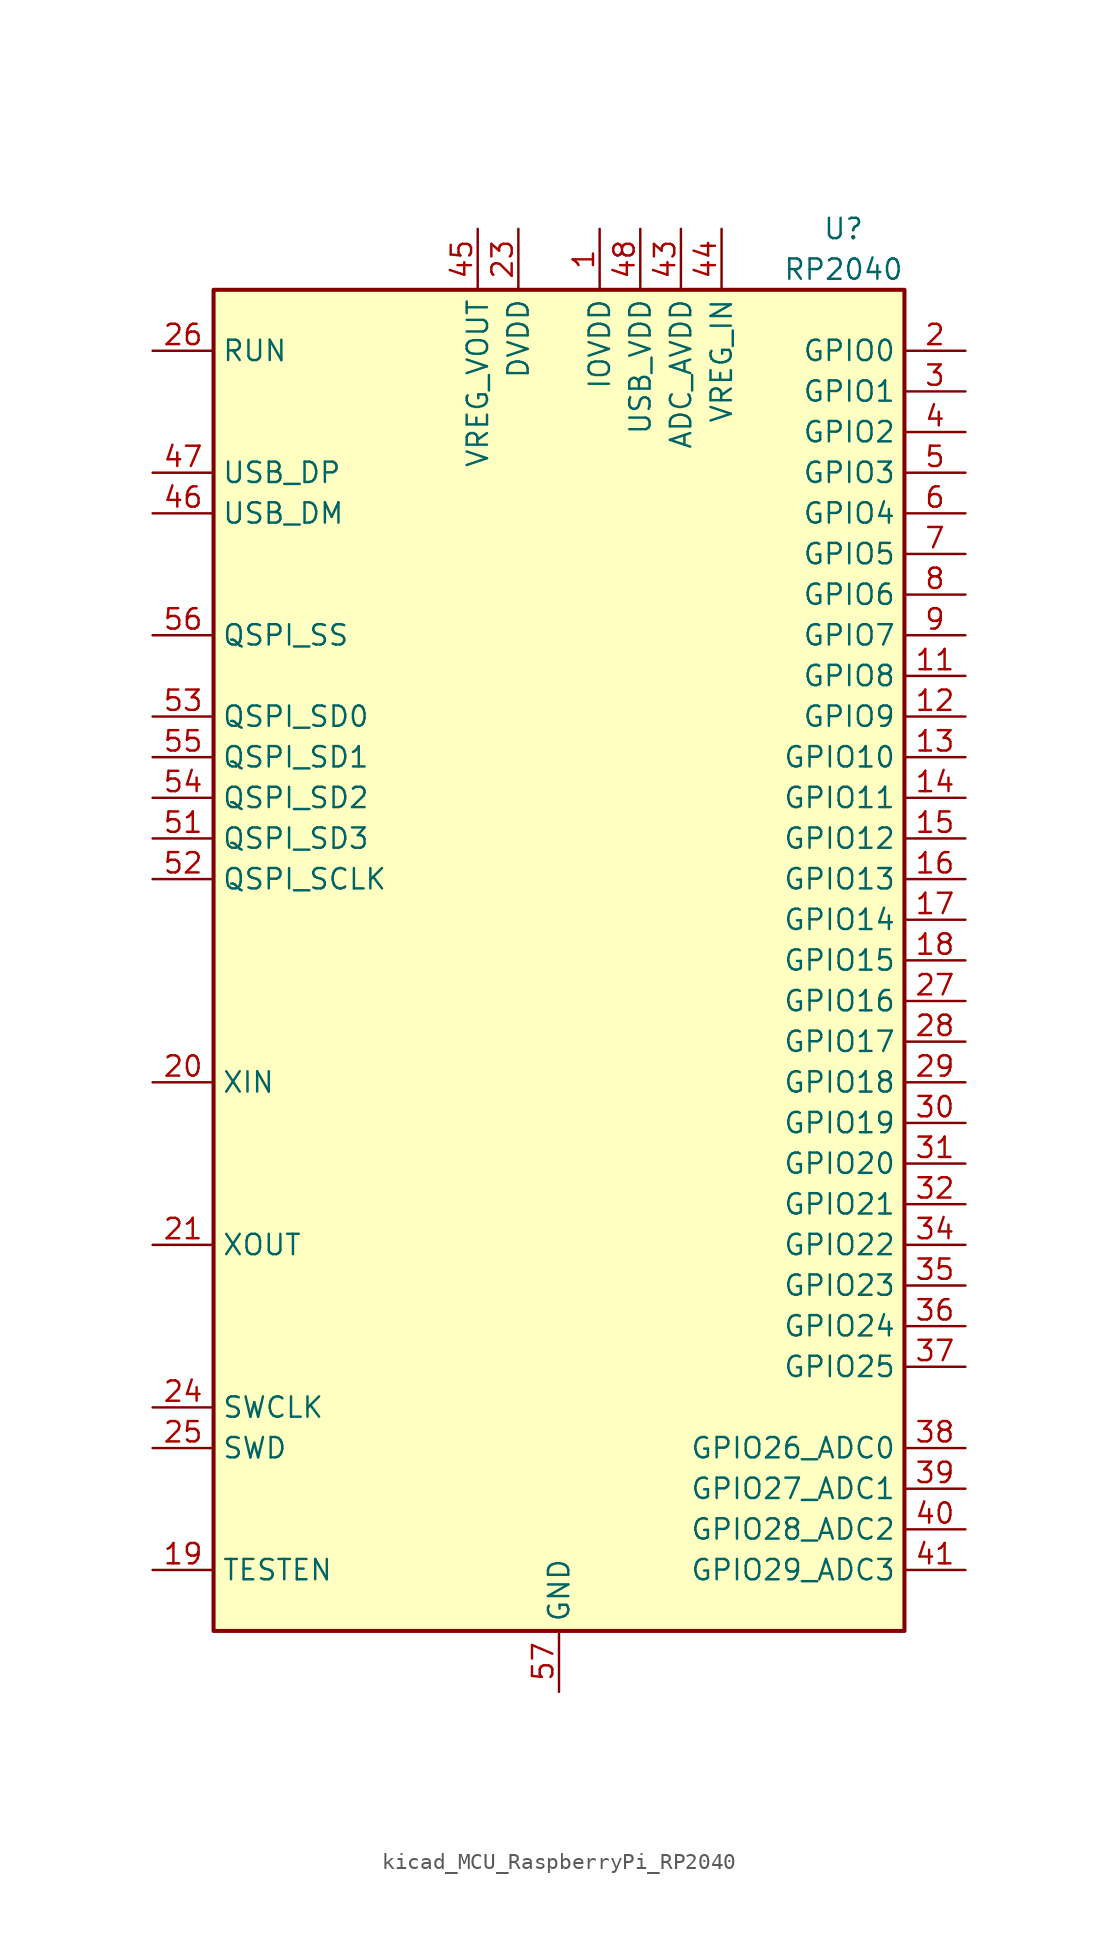
<source format=kicad_sym>
(kicad_symbol_lib
  (version 20220914)
  (generator kicad_symbol_editor)
  (symbol "kicad_MCU_RaspberryPi_RP2040"
    (property "Reference" "U"
      (at 17.78 45.72 0)
      (effects (font (size 1.27 1.27))))
    (property "Value" "RP2040"
      (at 17.78 43.18 0)
      (effects (font (size 1.27 1.27))))
    (symbol "kicad_MCU_RaspberryPi_RP2040_0_1"
      (rectangle (start -21.59 41.91) (end 21.59 -41.91) (stroke (width 0.254) (type default)) (fill (type background))))
    (symbol "kicad_MCU_RaspberryPi_RP2040_1_1"
      (pin power_in line (at 2.54 45.72 270) (length 3.81) (name "IOVDD" (effects (font (size 1.27 1.27)))) (number "1" (effects (font (size 1.27 1.27)))))
      (pin passive line (at 2.54 45.72 270) (length 3.81) hide (name "IOVDD" (effects (font (size 1.27 1.27)))) (number "10" (effects (font (size 1.27 1.27)))))
      (pin bidirectional line (at 25.4 17.78 180) (length 3.81) (name "GPIO8" (effects (font (size 1.27 1.27)))) (number "11" (effects (font (size 1.27 1.27)))))
      (pin bidirectional line (at 25.4 15.24 180) (length 3.81) (name "GPIO9" (effects (font (size 1.27 1.27)))) (number "12" (effects (font (size 1.27 1.27)))))
      (pin bidirectional line (at 25.4 12.7 180) (length 3.81) (name "GPIO10" (effects (font (size 1.27 1.27)))) (number "13" (effects (font (size 1.27 1.27)))))
      (pin bidirectional line (at 25.4 10.16 180) (length 3.81) (name "GPIO11" (effects (font (size 1.27 1.27)))) (number "14" (effects (font (size 1.27 1.27)))))
      (pin bidirectional line (at 25.4 7.62 180) (length 3.81) (name "GPIO12" (effects (font (size 1.27 1.27)))) (number "15" (effects (font (size 1.27 1.27)))))
      (pin bidirectional line (at 25.4 5.08 180) (length 3.81) (name "GPIO13" (effects (font (size 1.27 1.27)))) (number "16" (effects (font (size 1.27 1.27)))))
      (pin bidirectional line (at 25.4 2.54 180) (length 3.81) (name "GPIO14" (effects (font (size 1.27 1.27)))) (number "17" (effects (font (size 1.27 1.27)))))
      (pin bidirectional line (at 25.4 0 180) (length 3.81) (name "GPIO15" (effects (font (size 1.27 1.27)))) (number "18" (effects (font (size 1.27 1.27)))))
      (pin input line (at -25.4 -38.1 0) (length 3.81) (name "TESTEN" (effects (font (size 1.27 1.27)))) (number "19" (effects (font (size 1.27 1.27)))))
      (pin bidirectional line (at 25.4 38.1 180) (length 3.81) (name "GPIO0" (effects (font (size 1.27 1.27)))) (number "2" (effects (font (size 1.27 1.27)))))
      (pin input line (at -25.4 -7.62 0) (length 3.81) (name "XIN" (effects (font (size 1.27 1.27)))) (number "20" (effects (font (size 1.27 1.27)))))
      (pin passive line (at -25.4 -17.78 0) (length 3.81) (name "XOUT" (effects (font (size 1.27 1.27)))) (number "21" (effects (font (size 1.27 1.27)))))
      (pin passive line (at 2.54 45.72 270) (length 3.81) hide (name "IOVDD" (effects (font (size 1.27 1.27)))) (number "22" (effects (font (size 1.27 1.27)))))
      (pin power_in line (at -2.54 45.72 270) (length 3.81) (name "DVDD" (effects (font (size 1.27 1.27)))) (number "23" (effects (font (size 1.27 1.27)))))
      (pin input line (at -25.4 -27.94 0) (length 3.81) (name "SWCLK" (effects (font (size 1.27 1.27)))) (number "24" (effects (font (size 1.27 1.27)))))
      (pin bidirectional line (at -25.4 -30.48 0) (length 3.81) (name "SWD" (effects (font (size 1.27 1.27)))) (number "25" (effects (font (size 1.27 1.27)))))
      (pin input line (at -25.4 38.1 0) (length 3.81) (name "RUN" (effects (font (size 1.27 1.27)))) (number "26" (effects (font (size 1.27 1.27)))))
      (pin bidirectional line (at 25.4 -2.54 180) (length 3.81) (name "GPIO16" (effects (font (size 1.27 1.27)))) (number "27" (effects (font (size 1.27 1.27)))))
      (pin bidirectional line (at 25.4 -5.08 180) (length 3.81) (name "GPIO17" (effects (font (size 1.27 1.27)))) (number "28" (effects (font (size 1.27 1.27)))))
      (pin bidirectional line (at 25.4 -7.62 180) (length 3.81) (name "GPIO18" (effects (font (size 1.27 1.27)))) (number "29" (effects (font (size 1.27 1.27)))))
      (pin bidirectional line (at 25.4 35.56 180) (length 3.81) (name "GPIO1" (effects (font (size 1.27 1.27)))) (number "3" (effects (font (size 1.27 1.27)))))
      (pin bidirectional line (at 25.4 -10.16 180) (length 3.81) (name "GPIO19" (effects (font (size 1.27 1.27)))) (number "30" (effects (font (size 1.27 1.27)))))
      (pin bidirectional line (at 25.4 -12.7 180) (length 3.81) (name "GPIO20" (effects (font (size 1.27 1.27)))) (number "31" (effects (font (size 1.27 1.27)))))
      (pin bidirectional line (at 25.4 -15.24 180) (length 3.81) (name "GPIO21" (effects (font (size 1.27 1.27)))) (number "32" (effects (font (size 1.27 1.27)))))
      (pin passive line (at 2.54 45.72 270) (length 3.81) hide (name "IOVDD" (effects (font (size 1.27 1.27)))) (number "33" (effects (font (size 1.27 1.27)))))
      (pin bidirectional line (at 25.4 -17.78 180) (length 3.81) (name "GPIO22" (effects (font (size 1.27 1.27)))) (number "34" (effects (font (size 1.27 1.27)))))
      (pin bidirectional line (at 25.4 -20.32 180) (length 3.81) (name "GPIO23" (effects (font (size 1.27 1.27)))) (number "35" (effects (font (size 1.27 1.27)))))
      (pin bidirectional line (at 25.4 -22.86 180) (length 3.81) (name "GPIO24" (effects (font (size 1.27 1.27)))) (number "36" (effects (font (size 1.27 1.27)))))
      (pin bidirectional line (at 25.4 -25.4 180) (length 3.81) (name "GPIO25" (effects (font (size 1.27 1.27)))) (number "37" (effects (font (size 1.27 1.27)))))
      (pin bidirectional line (at 25.4 -30.48 180) (length 3.81) (name "GPIO26_ADC0" (effects (font (size 1.27 1.27)))) (number "38" (effects (font (size 1.27 1.27)))))
      (pin bidirectional line (at 25.4 -33.02 180) (length 3.81) (name "GPIO27_ADC1" (effects (font (size 1.27 1.27)))) (number "39" (effects (font (size 1.27 1.27)))))
      (pin bidirectional line (at 25.4 33.02 180) (length 3.81) (name "GPIO2" (effects (font (size 1.27 1.27)))) (number "4" (effects (font (size 1.27 1.27)))))
      (pin bidirectional line (at 25.4 -35.56 180) (length 3.81) (name "GPIO28_ADC2" (effects (font (size 1.27 1.27)))) (number "40" (effects (font (size 1.27 1.27)))))
      (pin bidirectional line (at 25.4 -38.1 180) (length 3.81) (name "GPIO29_ADC3" (effects (font (size 1.27 1.27)))) (number "41" (effects (font (size 1.27 1.27)))))
      (pin passive line (at 2.54 45.72 270) (length 3.81) hide (name "IOVDD" (effects (font (size 1.27 1.27)))) (number "42" (effects (font (size 1.27 1.27)))))
      (pin power_in line (at 7.62 45.72 270) (length 3.81) (name "ADC_AVDD" (effects (font (size 1.27 1.27)))) (number "43" (effects (font (size 1.27 1.27)))))
      (pin power_in line (at 10.16 45.72 270) (length 3.81) (name "VREG_IN" (effects (font (size 1.27 1.27)))) (number "44" (effects (font (size 1.27 1.27)))))
      (pin power_out line (at -5.08 45.72 270) (length 3.81) (name "VREG_VOUT" (effects (font (size 1.27 1.27)))) (number "45" (effects (font (size 1.27 1.27)))))
      (pin bidirectional line (at -25.4 27.94 0) (length 3.81) (name "USB_DM" (effects (font (size 1.27 1.27)))) (number "46" (effects (font (size 1.27 1.27)))))
      (pin bidirectional line (at -25.4 30.48 0) (length 3.81) (name "USB_DP" (effects (font (size 1.27 1.27)))) (number "47" (effects (font (size 1.27 1.27)))))
      (pin power_in line (at 5.08 45.72 270) (length 3.81) (name "USB_VDD" (effects (font (size 1.27 1.27)))) (number "48" (effects (font (size 1.27 1.27)))))
      (pin passive line (at 2.54 45.72 270) (length 3.81) hide (name "IOVDD" (effects (font (size 1.27 1.27)))) (number "49" (effects (font (size 1.27 1.27)))))
      (pin bidirectional line (at 25.4 30.48 180) (length 3.81) (name "GPIO3" (effects (font (size 1.27 1.27)))) (number "5" (effects (font (size 1.27 1.27)))))
      (pin passive line (at -2.54 45.72 270) (length 3.81) hide (name "DVDD" (effects (font (size 1.27 1.27)))) (number "50" (effects (font (size 1.27 1.27)))))
      (pin bidirectional line (at -25.4 7.62 0) (length 3.81) (name "QSPI_SD3" (effects (font (size 1.27 1.27)))) (number "51" (effects (font (size 1.27 1.27)))))
      (pin output line (at -25.4 5.08 0) (length 3.81) (name "QSPI_SCLK" (effects (font (size 1.27 1.27)))) (number "52" (effects (font (size 1.27 1.27)))))
      (pin bidirectional line (at -25.4 15.24 0) (length 3.81) (name "QSPI_SD0" (effects (font (size 1.27 1.27)))) (number "53" (effects (font (size 1.27 1.27)))))
      (pin bidirectional line (at -25.4 10.16 0) (length 3.81) (name "QSPI_SD2" (effects (font (size 1.27 1.27)))) (number "54" (effects (font (size 1.27 1.27)))))
      (pin bidirectional line (at -25.4 12.7 0) (length 3.81) (name "QSPI_SD1" (effects (font (size 1.27 1.27)))) (number "55" (effects (font (size 1.27 1.27)))))
      (pin bidirectional line (at -25.4 20.32 0) (length 3.81) (name "QSPI_SS" (effects (font (size 1.27 1.27)))) (number "56" (effects (font (size 1.27 1.27)))))
      (pin power_in line (at 0 -45.72 90) (length 3.81) (name "GND" (effects (font (size 1.27 1.27)))) (number "57" (effects (font (size 1.27 1.27)))))
      (pin bidirectional line (at 25.4 27.94 180) (length 3.81) (name "GPIO4" (effects (font (size 1.27 1.27)))) (number "6" (effects (font (size 1.27 1.27)))))
      (pin bidirectional line (at 25.4 25.4 180) (length 3.81) (name "GPIO5" (effects (font (size 1.27 1.27)))) (number "7" (effects (font (size 1.27 1.27)))))
      (pin bidirectional line (at 25.4 22.86 180) (length 3.81) (name "GPIO6" (effects (font (size 1.27 1.27)))) (number "8" (effects (font (size 1.27 1.27)))))
      (pin bidirectional line (at 25.4 20.32 180) (length 3.81) (name "GPIO7" (effects (font (size 1.27 1.27)))) (number "9" (effects (font (size 1.27 1.27))))))))
</source>
